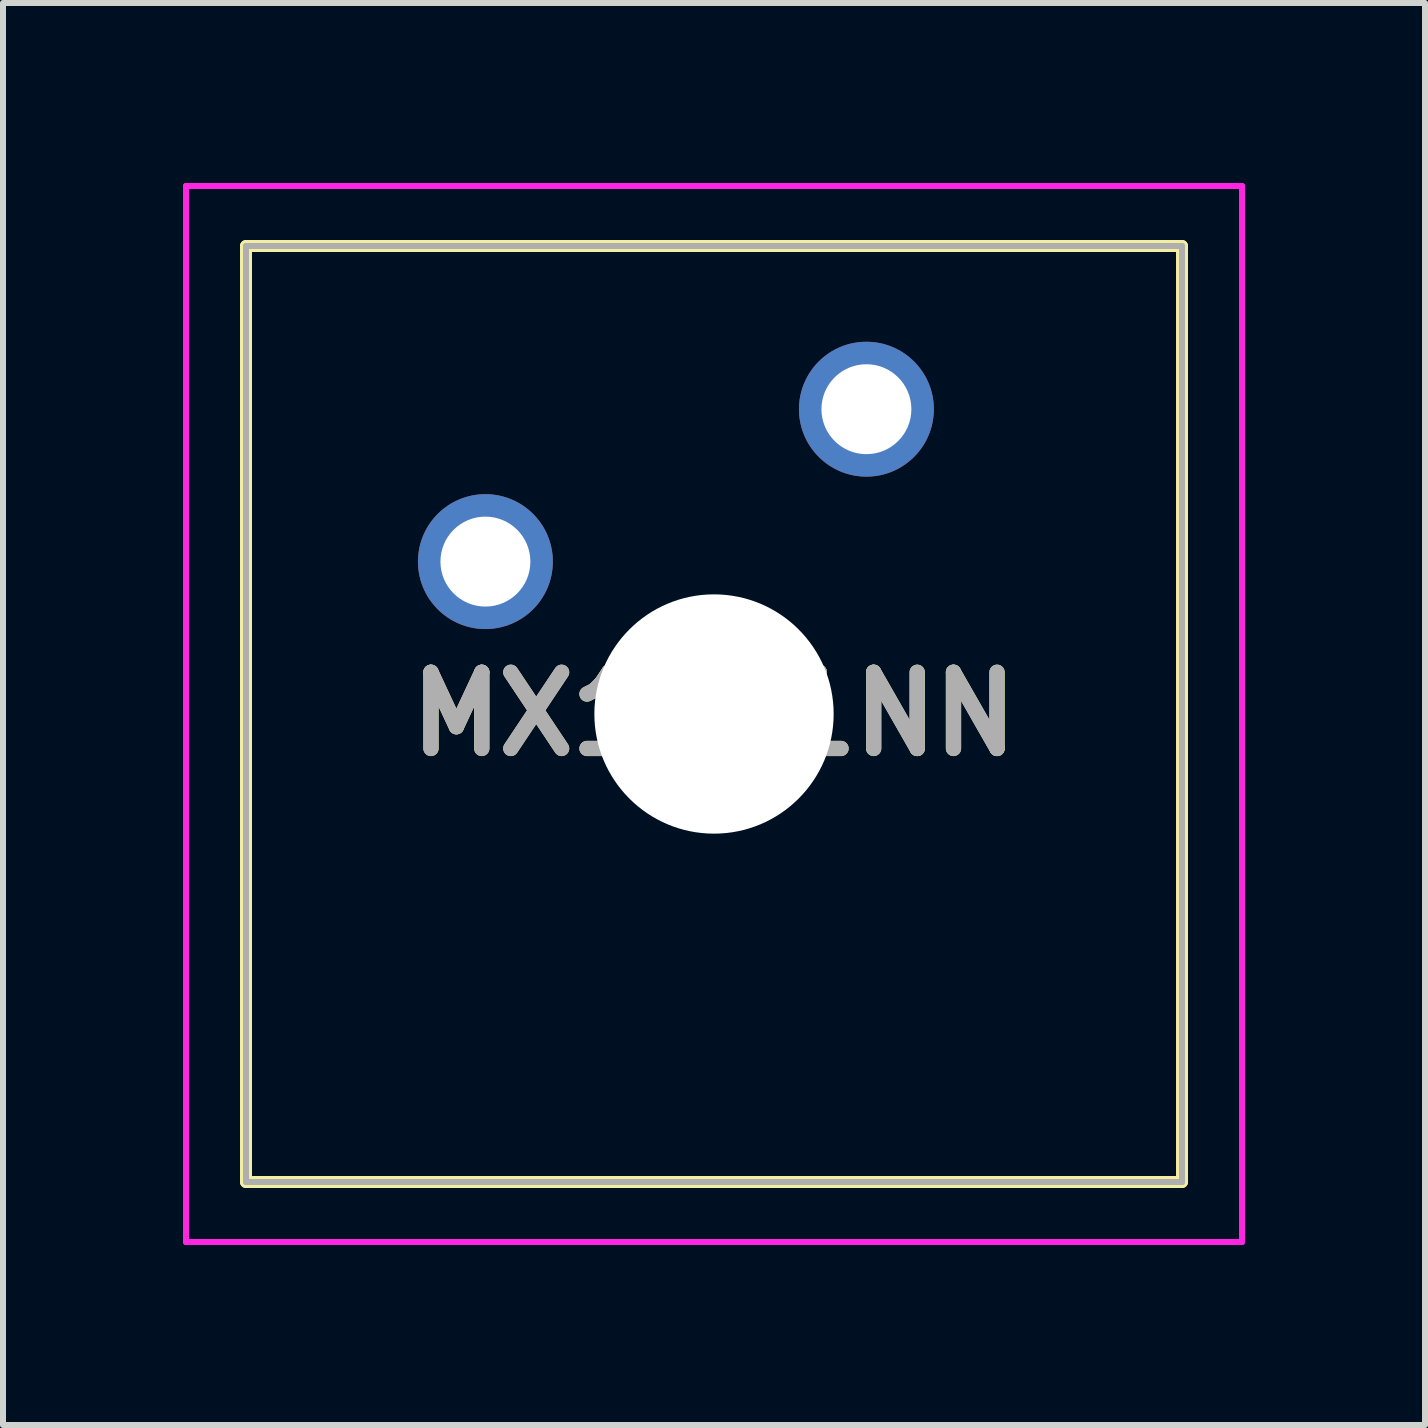
<source format=kicad_pcb>
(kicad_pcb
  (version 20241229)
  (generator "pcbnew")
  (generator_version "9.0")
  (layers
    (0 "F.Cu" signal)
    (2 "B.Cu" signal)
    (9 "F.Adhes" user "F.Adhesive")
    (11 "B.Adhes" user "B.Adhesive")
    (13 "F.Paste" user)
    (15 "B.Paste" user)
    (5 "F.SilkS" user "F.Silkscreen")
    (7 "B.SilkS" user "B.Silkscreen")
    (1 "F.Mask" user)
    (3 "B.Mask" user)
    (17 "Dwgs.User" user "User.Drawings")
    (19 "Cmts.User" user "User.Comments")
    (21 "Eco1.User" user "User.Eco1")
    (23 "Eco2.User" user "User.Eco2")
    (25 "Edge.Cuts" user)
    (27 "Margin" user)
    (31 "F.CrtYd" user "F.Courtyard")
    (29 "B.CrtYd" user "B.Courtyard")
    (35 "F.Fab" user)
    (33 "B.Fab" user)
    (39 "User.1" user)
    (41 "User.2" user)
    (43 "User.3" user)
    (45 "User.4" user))
  (footprint "MX1A11NN"
    (layer "F.Cu")
    (at 5.04 6.31)
    (property "Reference" "MX1A11NN" (at 3.81 2.54 0) (layer "F.SilkS") (effects (font (size 1.27 1.27) (thickness 0.254))))
    (attr through_hole)
    (fp_line (start -3.99 -5.26) (end 11.61 -5.26) (stroke (width 0.2) (type solid)) (layer "F.SilkS"))
    (fp_line (start -3.99 10.34) (end -3.99 -5.26) (stroke (width 0.2) (type solid)) (layer "F.SilkS"))
    (fp_line (start 11.61 -5.26) (end 11.61 10.34) (stroke (width 0.2) (type solid)) (layer "F.SilkS"))
    (fp_line (start 11.61 10.34) (end -3.99 10.34) (stroke (width 0.2) (type solid)) (layer "F.SilkS"))
    (fp_line (start -4.99 -6.26) (end 12.61 -6.26) (stroke (width 0.1) (type solid)) (layer "F.CrtYd"))
    (fp_line (start -4.99 11.34) (end -4.99 -6.26) (stroke (width 0.1) (type solid)) (layer "F.CrtYd"))
    (fp_line (start 12.61 -6.26) (end 12.61 11.34) (stroke (width 0.1) (type solid)) (layer "F.CrtYd"))
    (fp_line (start 12.61 11.34) (end -4.99 11.34) (stroke (width 0.1) (type solid)) (layer "F.CrtYd"))
    (fp_line (start -3.99 -5.26) (end 11.61 -5.26) (stroke (width 0.1) (type solid)) (layer "F.Fab"))
    (fp_line (start -3.99 10.34) (end -3.99 -5.26) (stroke (width 0.1) (type solid)) (layer "F.Fab"))
    (fp_line (start 11.61 -5.26) (end 11.61 10.34) (stroke (width 0.1) (type solid)) (layer "F.Fab"))
    (fp_line (start 11.61 10.34) (end -3.99 10.34) (stroke (width 0.1) (type solid)) (layer "F.Fab"))
    (fp_text user "${REFERENCE}" (at 3.81 2.54 0) (layer "F.Fab") (effects (font (size 1.27 1.27) (thickness 0.254))))
    (pad "" np_thru_hole circle (at 3.81 2.54) (size 3.988 3.988) (drill 3.988) (layers "*.Cu" "*.Mask"))
    (pad "1" thru_hole circle (at 0 0) (size 2.248 2.248) (drill 1.499) (layers "*.Cu" "*.Mask"))
    (pad "2" thru_hole circle (at 6.35 -2.54) (size 2.248 2.248) (drill 1.499) (layers "*.Cu" "*.Mask")))
  (gr_rect
    (start -3 -3)
    (end 20.7 20.7)
    (stroke (width 0.1) (type default))
    (fill no)
    (layer "Edge.Cuts")))
</source>
